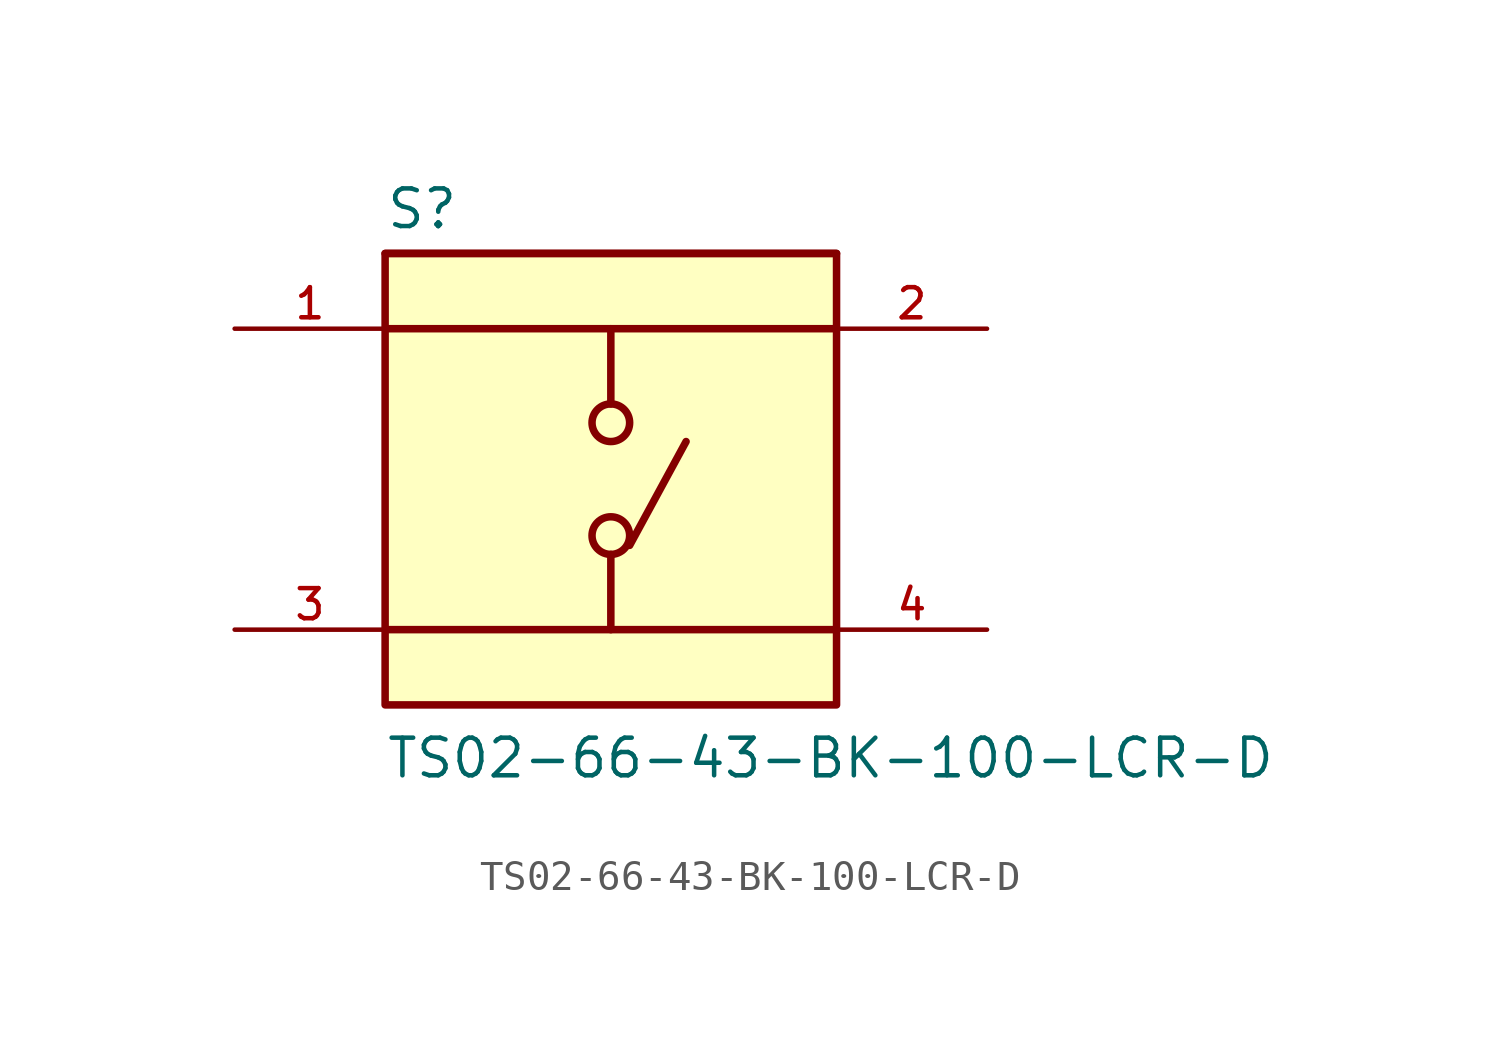
<source format=kicad_sym>
(kicad_symbol_lib
  (version 20211014)
  (generator kicad_symbol_editor)
  (symbol "TS02-66-43-BK-100-LCR-D"
    (pin_names
      (offset 1.016) hide)
    (property "Reference" "S"
      (at -7.62 8.382 0)
      (effects (font (size 1.27 1.27)) (justify left bottom)))
    (property "Value" "TS02-66-43-BK-100-LCR-D"
      (at -7.62 -10.16 0)
      (effects (font (size 1.27 1.27)) (justify left bottom)))
    (property "ki_locked" ""
      (at 0 0 0)
      (effects (font (size 1.27 1.27))))
    (symbol "TS02-66-43-BK-100-LCR-D_0_0"
      (rectangle (start -7.62 -7.62) (end 7.62 7.62) (stroke (width 0.254) (type default) (color 0 0 0 0)) (fill (type background)))
      (circle (center 0 -1.905) (radius 0.635) (stroke (width 0.254) (type default) (color 0 0 0 0)) (fill (type none)))
      (polyline (pts (xy 0 -2.54) (xy 0 -5.08)) (stroke (width 0.254) (type default) (color 0 0 0 0)) (fill (type none)))
      (polyline (pts (xy 0 5.08) (xy 0 2.54)) (stroke (width 0.254) (type default) (color 0 0 0 0)) (fill (type none)))
      (polyline (pts (xy 0.635 -2.235) (xy 2.54 1.27)) (stroke (width 0.254) (type default) (color 0 0 0 0)) (fill (type none)))
      (polyline (pts (xy 7.62 -5.08) (xy -7.62 -5.08)) (stroke (width 0.254) (type default) (color 0 0 0 0)) (fill (type none)))
      (polyline (pts (xy 7.62 5.08) (xy -7.62 5.08)) (stroke (width 0.254) (type default) (color 0 0 0 0)) (fill (type none)))
      (polyline (pts (xy 7.62 7.62) (xy -7.62 7.62)) (stroke (width 0.254) (type default) (color 0 0 0 0)) (fill (type none)))
      (circle (center 0 1.905) (radius 0.635) (stroke (width 0.254) (type default) (color 0 0 0 0)) (fill (type none)))
      (pin passive line (at -12.7 5.08 0) (length 5.08) (name "~" (effects (font (size 1.016 1.016)))) (number "1" (effects (font (size 1.016 1.016)))))
      (pin passive line (at 12.7 5.08 180) (length 5.08) (name "~" (effects (font (size 1.016 1.016)))) (number "2" (effects (font (size 1.016 1.016)))))
      (pin passive line (at -12.7 -5.08 0) (length 5.08) (name "~" (effects (font (size 1.016 1.016)))) (number "3" (effects (font (size 1.016 1.016)))))
      (pin passive line (at 12.7 -5.08 180) (length 5.08) (name "~" (effects (font (size 1.016 1.016)))) (number "4" (effects (font (size 1.016 1.016))))))))
</source>
